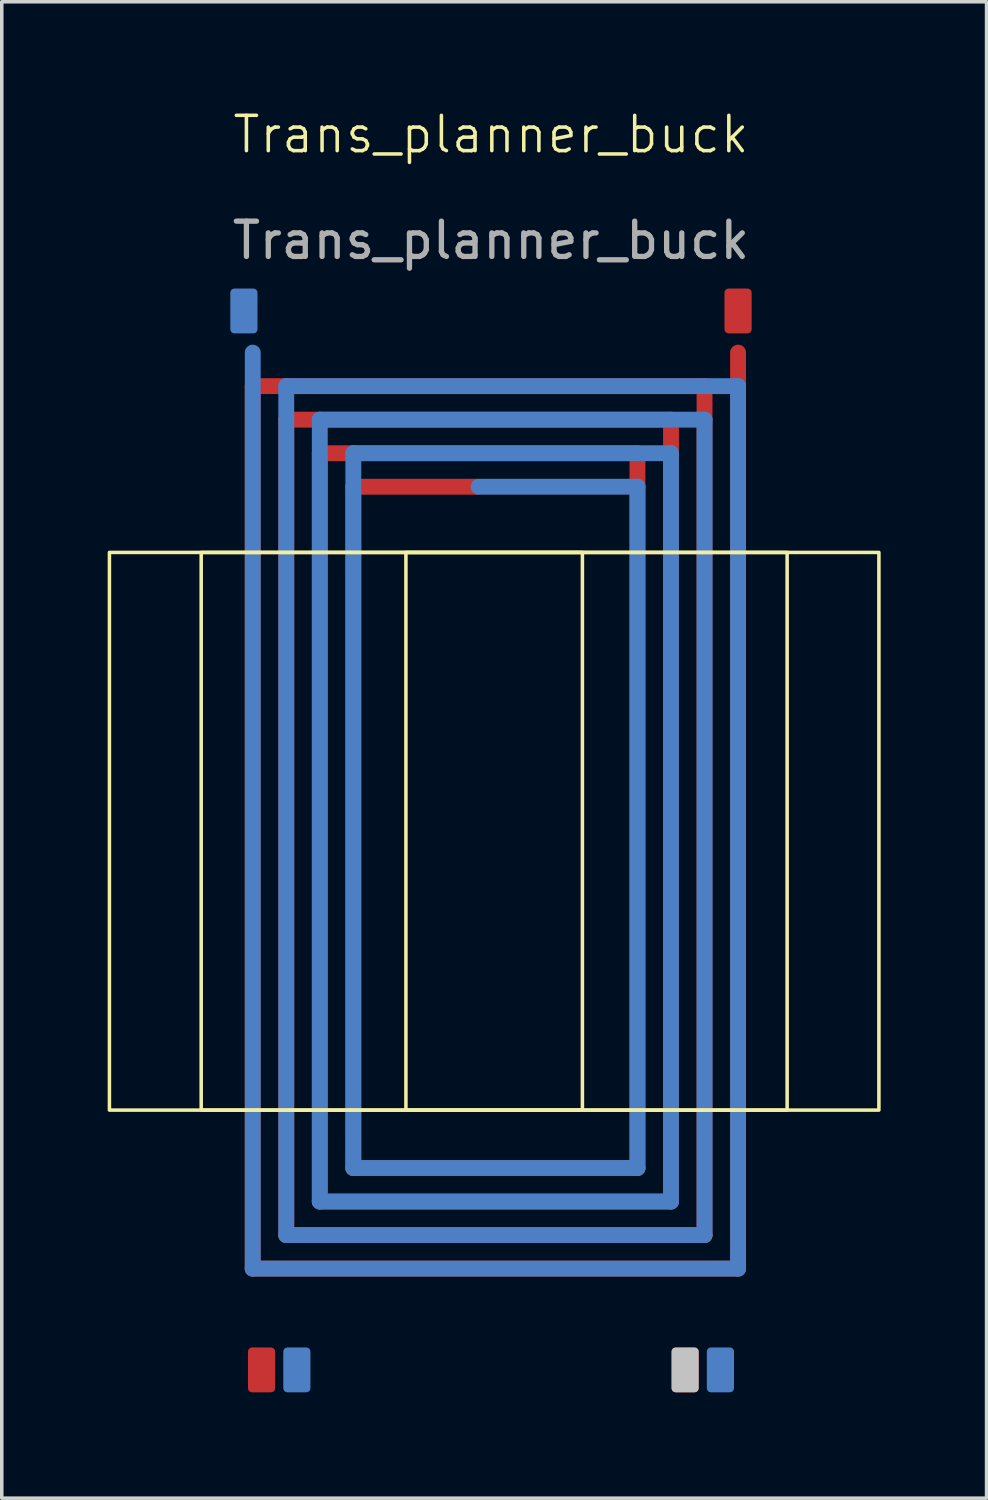
<source format=kicad_pcb>
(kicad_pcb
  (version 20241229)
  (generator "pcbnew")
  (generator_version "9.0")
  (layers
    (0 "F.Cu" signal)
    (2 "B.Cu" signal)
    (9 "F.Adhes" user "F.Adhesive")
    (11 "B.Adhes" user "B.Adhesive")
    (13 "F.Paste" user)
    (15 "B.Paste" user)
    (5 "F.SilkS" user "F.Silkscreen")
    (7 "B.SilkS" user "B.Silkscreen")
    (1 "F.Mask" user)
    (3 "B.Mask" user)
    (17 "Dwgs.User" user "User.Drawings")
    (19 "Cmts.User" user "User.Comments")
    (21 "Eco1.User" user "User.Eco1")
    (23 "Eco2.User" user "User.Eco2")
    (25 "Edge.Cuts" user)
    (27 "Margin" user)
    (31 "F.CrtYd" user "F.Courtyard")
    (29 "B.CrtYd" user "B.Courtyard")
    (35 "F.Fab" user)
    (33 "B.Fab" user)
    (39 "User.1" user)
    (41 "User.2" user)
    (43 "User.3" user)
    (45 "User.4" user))
  (footprint "Trans_planner_buck"
    (layer "F.Cu")
    (at 10.86 1.26)
    (property "Reference" "Trans_planner_buck" (at 0 -0.5 0) (unlocked yes) (layer "F.SilkS") (effects (font (size 1 1) (thickness 0.1))))
    (fp_line (start -6.75 6.63) (end 6.05 6.63) (stroke (width 0.45) (type default)) (layer "F.Cu"))
    (fp_line (start -6.75 31.63) (end -6.75 6.63) (stroke (width 0.45) (type default)) (layer "F.Cu"))
    (fp_line (start -5.8 7.58) (end 5.1 7.58) (stroke (width 0.45) (type default)) (layer "F.Cu"))
    (fp_line (start -5.8 30.68) (end -5.8 7.58) (stroke (width 0.45) (type default)) (layer "F.Cu"))
    (fp_line (start -4.85 8.53) (end 4.15 8.53) (stroke (width 0.45) (type default)) (layer "F.Cu"))
    (fp_line (start -4.85 29.73) (end -4.85 8.53) (stroke (width 0.45) (type default)) (layer "F.Cu"))
    (fp_line (start -3.9 9.48) (end -0.4 9.48) (stroke (width 0.45) (type default)) (layer "F.Cu"))
    (fp_line (start -3.9 28.78) (end -3.9 9.48) (stroke (width 0.45) (type default)) (layer "F.Cu"))
    (fp_line (start 4.15 8.53) (end 4.15 28.78) (stroke (width 0.45) (type default)) (layer "F.Cu"))
    (fp_line (start 4.15 28.78) (end -3.9 28.78) (stroke (width 0.45) (type default)) (layer "F.Cu"))
    (fp_line (start 5.1 7.58) (end 5.1 29.73) (stroke (width 0.45) (type default)) (layer "F.Cu"))
    (fp_line (start 5.1 29.73) (end -4.85 29.73) (stroke (width 0.45) (type default)) (layer "F.Cu"))
    (fp_line (start 6.05 6.63) (end 6.05 30.68) (stroke (width 0.45) (type default)) (layer "F.Cu"))
    (fp_line (start 6.05 30.68) (end -5.8 30.68) (stroke (width 0.45) (type default)) (layer "F.Cu"))
    (fp_line (start 7 5.68) (end 7 31.63) (stroke (width 0.45) (type default)) (layer "F.Cu"))
    (fp_line (start 7 31.63) (end -6.75 31.63) (stroke (width 0.45) (type default)) (layer "F.Cu"))
    (fp_line (start -6.75 5.68) (end -6.75 31.63) (stroke (width 0.45) (type default)) (layer "B.Cu"))
    (fp_line (start -6.75 31.63) (end 7 31.63) (stroke (width 0.45) (type default)) (layer "B.Cu"))
    (fp_line (start -5.8 6.63) (end -5.8 30.68) (stroke (width 0.45) (type default)) (layer "B.Cu"))
    (fp_line (start -5.8 30.68) (end 6.05 30.68) (stroke (width 0.45) (type default)) (layer "B.Cu"))
    (fp_line (start -4.85 7.58) (end -4.85 29.73) (stroke (width 0.45) (type default)) (layer "B.Cu"))
    (fp_line (start -4.85 29.73) (end 5.1 29.73) (stroke (width 0.45) (type default)) (layer "B.Cu"))
    (fp_line (start -3.9 8.53) (end -3.9 28.78) (stroke (width 0.45) (type default)) (layer "B.Cu"))
    (fp_line (start -3.9 28.78) (end 4.15 28.78) (stroke (width 0.45) (type default)) (layer "B.Cu"))
    (fp_line (start 4.15 9.48) (end -0.35 9.48) (stroke (width 0.45) (type default)) (layer "B.Cu"))
    (fp_line (start 4.15 28.78) (end 4.15 9.48) (stroke (width 0.45) (type default)) (layer "B.Cu"))
    (fp_line (start 5.1 8.53) (end -3.9 8.53) (stroke (width 0.45) (type default)) (layer "B.Cu"))
    (fp_line (start 5.1 29.73) (end 5.1 8.53) (stroke (width 0.45) (type default)) (layer "B.Cu"))
    (fp_line (start 6.05 7.58) (end -4.85 7.58) (stroke (width 0.45) (type default)) (layer "B.Cu"))
    (fp_line (start 6.05 30.68) (end 6.05 7.58) (stroke (width 0.45) (type default)) (layer "B.Cu"))
    (fp_line (start 7 6.63) (end -5.8 6.63) (stroke (width 0.45) (type default)) (layer "B.Cu"))
    (fp_line (start 7 31.63) (end 7 6.63) (stroke (width 0.45) (type default)) (layer "B.Cu"))
    (fp_line (start -5.85 7.055) (end 6 7.055) (stroke (width 1) (type solid)) (layer "In1.Cu"))
    (fp_line (start -5.85 32.93) (end -5.85 7.055) (stroke (width 1) (type solid)) (layer "In1.Cu"))
    (fp_line (start 6 7.055) (end 6 33) (stroke (width 1) (type solid)) (layer "In1.Cu"))
    (fp_rect (start -10.81 11.34) (end 10.99 27.14) (stroke (width 0.1) (type solid)) (fill no) (layer "F.SilkS"))
    (fp_rect (start -8.21 11.34) (end 8.39 27.14) (stroke (width 0.1) (type solid)) (fill no) (layer "F.SilkS"))
    (fp_rect (start -2.41 11.34) (end 2.59 27.14) (stroke (width 0.1) (type solid)) (fill no) (layer "F.SilkS"))
    (fp_line (start -5.85 7.06) (end 6 7.06) (stroke (width 1) (type solid)) (layer "In2.Cu"))
    (fp_line (start -5.85 32.93) (end -5.85 7.06) (stroke (width 1) (type solid)) (layer "In2.Cu"))
    (fp_line (start 6 7.06) (end 6 32.68) (stroke (width 1) (type solid)) (layer "In2.Cu"))
    (fp_text user "${REFERENCE}" (at 0 2.5 0) (unlocked yes) (layer "F.Fab") (effects (font (size 1 1) (thickness 0.15))))
    (pad "1" smd roundrect (at -7 4.5) (size 0.77 1.27) (layers "B.Cu" "B.Mask" "B.Paste") (roundrect_rratio 0.15))
    (pad "2" smd roundrect (at 7 4.5) (size 0.77 1.27) (layers "F.Cu" "F.Mask" "F.Paste") (roundrect_rratio 0.15))
    (pad "3" smd roundrect (at -6.5 34.5) (size 0.77 1.27) (layers "F.Cu" "F.Mask" "F.Paste") (roundrect_rratio 0.15))
    (pad "4" smd roundrect (at 5.5 34.5) (size 0.77 1.27) (layers "F.Cu" "F.Mask" "F.Paste" "Dwgs.User") (roundrect_rratio 0.15))
    (pad "5" smd roundrect (at -5.5 34.5) (size 0.77 1.27) (layers "B.Cu" "B.Mask" "B.Paste") (roundrect_rratio 0.15))
    (pad "6" smd roundrect (at 6.5 34.5) (size 0.77 1.27) (layers "B.Cu" "B.Mask" "B.Paste") (roundrect_rratio 0.15)))
  (gr_rect
    (start -3 -3)
    (end 24.9 39.395)
    (stroke (width 0.1) (type default))
    (fill no)
    (layer "Edge.Cuts")))
</source>
